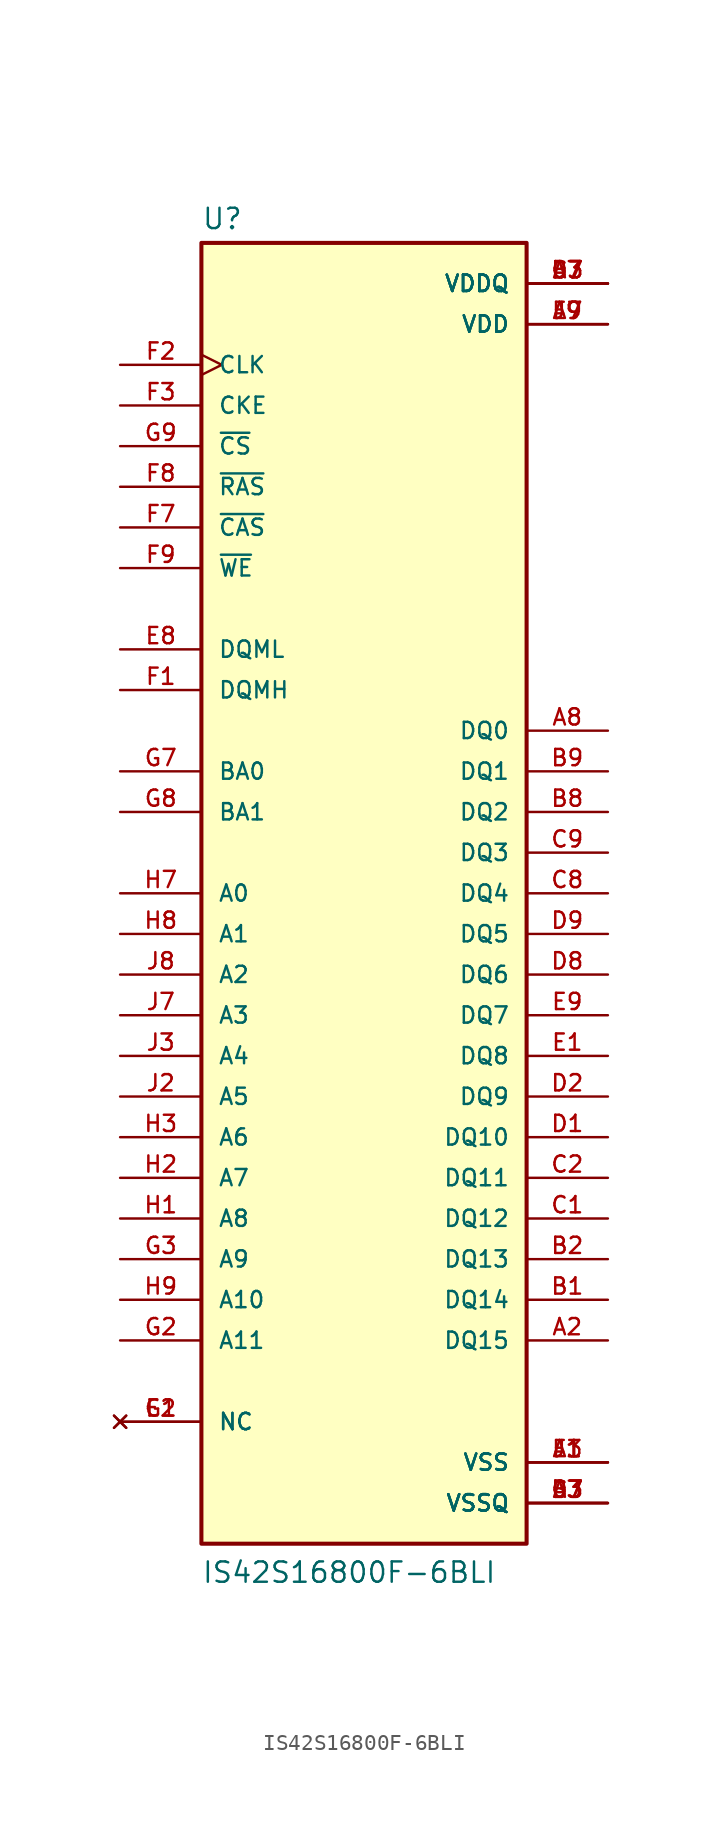
<source format=kicad_sym>
(kicad_symbol_lib
  (version 20211014)
  (generator kicad_symbol_editor)
  (symbol "IS42S16800F-6BLI"
    (pin_names
      (offset 1.016))
    (property "Reference" "U"
      (at -10.16 41.402 0)
      (effects (font (size 1.27 1.27)) (justify bottom left)))
    (property "Value" "IS42S16800F-6BLI"
      (at -10.16 -43.18 0)
      (effects (font (size 1.27 1.27)) (justify bottom left)))
    (symbol "IS42S16800F-6BLI_0_0"
      (rectangle (start -10.16 -40.64) (end 10.16 40.64) (stroke (width 0.254)) (fill (type background)))
      (pin input line (at -15.24 0.0 0) (length 5.08) (name "A0" (effects (font (size 1.016 1.016)))) (number "H7" (effects (font (size 1.016 1.016)))))
      (pin input line (at -15.24 -2.54 0) (length 5.08) (name "A1" (effects (font (size 1.016 1.016)))) (number "H8" (effects (font (size 1.016 1.016)))))
      (pin input line (at -15.24 -5.08 0) (length 5.08) (name "A2" (effects (font (size 1.016 1.016)))) (number "J8" (effects (font (size 1.016 1.016)))))
      (pin input line (at -15.24 -7.62 0) (length 5.08) (name "A3" (effects (font (size 1.016 1.016)))) (number "J7" (effects (font (size 1.016 1.016)))))
      (pin input line (at -15.24 -10.16 0) (length 5.08) (name "A4" (effects (font (size 1.016 1.016)))) (number "J3" (effects (font (size 1.016 1.016)))))
      (pin input line (at -15.24 -12.7 0) (length 5.08) (name "A5" (effects (font (size 1.016 1.016)))) (number "J2" (effects (font (size 1.016 1.016)))))
      (pin input line (at -15.24 -15.24 0) (length 5.08) (name "A6" (effects (font (size 1.016 1.016)))) (number "H3" (effects (font (size 1.016 1.016)))))
      (pin input line (at -15.24 -17.78 0) (length 5.08) (name "A7" (effects (font (size 1.016 1.016)))) (number "H2" (effects (font (size 1.016 1.016)))))
      (pin input line (at -15.24 -20.32 0) (length 5.08) (name "A8" (effects (font (size 1.016 1.016)))) (number "H1" (effects (font (size 1.016 1.016)))))
      (pin input line (at -15.24 -22.86 0) (length 5.08) (name "A9" (effects (font (size 1.016 1.016)))) (number "G3" (effects (font (size 1.016 1.016)))))
      (pin input line (at -15.24 -25.4 0) (length 5.08) (name "A10" (effects (font (size 1.016 1.016)))) (number "H9" (effects (font (size 1.016 1.016)))))
      (pin input line (at -15.24 -27.94 0) (length 5.08) (name "A11" (effects (font (size 1.016 1.016)))) (number "G2" (effects (font (size 1.016 1.016)))))
      (pin input line (at -15.24 7.62 0) (length 5.08) (name "BA0" (effects (font (size 1.016 1.016)))) (number "G7" (effects (font (size 1.016 1.016)))))
      (pin input line (at -15.24 5.08 0) (length 5.08) (name "BA1" (effects (font (size 1.016 1.016)))) (number "G8" (effects (font (size 1.016 1.016)))))
      (pin input line (at -15.24 22.86 0) (length 5.08) (name "~{CAS}" (effects (font (size 1.016 1.016)))) (number "F7" (effects (font (size 1.016 1.016)))))
      (pin input line (at -15.24 30.48 0) (length 5.08) (name "CKE" (effects (font (size 1.016 1.016)))) (number "F3" (effects (font (size 1.016 1.016)))))
      (pin input clock (at -15.24 33.02 0) (length 5.08) (name "CLK" (effects (font (size 1.016 1.016)))) (number "F2" (effects (font (size 1.016 1.016)))))
      (pin input line (at -15.24 27.94 0) (length 5.08) (name "~{CS}" (effects (font (size 1.016 1.016)))) (number "G9" (effects (font (size 1.016 1.016)))))
      (pin bidirectional line (at 15.24 10.16 180.0) (length 5.08) (name "DQ0" (effects (font (size 1.016 1.016)))) (number "A8" (effects (font (size 1.016 1.016)))))
      (pin bidirectional line (at 15.24 7.62 180.0) (length 5.08) (name "DQ1" (effects (font (size 1.016 1.016)))) (number "B9" (effects (font (size 1.016 1.016)))))
      (pin bidirectional line (at 15.24 5.08 180.0) (length 5.08) (name "DQ2" (effects (font (size 1.016 1.016)))) (number "B8" (effects (font (size 1.016 1.016)))))
      (pin bidirectional line (at 15.24 2.54 180.0) (length 5.08) (name "DQ3" (effects (font (size 1.016 1.016)))) (number "C9" (effects (font (size 1.016 1.016)))))
      (pin bidirectional line (at 15.24 0.0 180.0) (length 5.08) (name "DQ4" (effects (font (size 1.016 1.016)))) (number "C8" (effects (font (size 1.016 1.016)))))
      (pin bidirectional line (at 15.24 -2.54 180.0) (length 5.08) (name "DQ5" (effects (font (size 1.016 1.016)))) (number "D9" (effects (font (size 1.016 1.016)))))
      (pin bidirectional line (at 15.24 -5.08 180.0) (length 5.08) (name "DQ6" (effects (font (size 1.016 1.016)))) (number "D8" (effects (font (size 1.016 1.016)))))
      (pin bidirectional line (at 15.24 -7.62 180.0) (length 5.08) (name "DQ7" (effects (font (size 1.016 1.016)))) (number "E9" (effects (font (size 1.016 1.016)))))
      (pin bidirectional line (at 15.24 -10.16 180.0) (length 5.08) (name "DQ8" (effects (font (size 1.016 1.016)))) (number "E1" (effects (font (size 1.016 1.016)))))
      (pin bidirectional line (at 15.24 -12.7 180.0) (length 5.08) (name "DQ9" (effects (font (size 1.016 1.016)))) (number "D2" (effects (font (size 1.016 1.016)))))
      (pin bidirectional line (at 15.24 -15.24 180.0) (length 5.08) (name "DQ10" (effects (font (size 1.016 1.016)))) (number "D1" (effects (font (size 1.016 1.016)))))
      (pin bidirectional line (at 15.24 -17.78 180.0) (length 5.08) (name "DQ11" (effects (font (size 1.016 1.016)))) (number "C2" (effects (font (size 1.016 1.016)))))
      (pin bidirectional line (at 15.24 -20.32 180.0) (length 5.08) (name "DQ12" (effects (font (size 1.016 1.016)))) (number "C1" (effects (font (size 1.016 1.016)))))
      (pin bidirectional line (at 15.24 -22.86 180.0) (length 5.08) (name "DQ13" (effects (font (size 1.016 1.016)))) (number "B2" (effects (font (size 1.016 1.016)))))
      (pin bidirectional line (at 15.24 -25.4 180.0) (length 5.08) (name "DQ14" (effects (font (size 1.016 1.016)))) (number "B1" (effects (font (size 1.016 1.016)))))
      (pin bidirectional line (at 15.24 -27.94 180.0) (length 5.08) (name "DQ15" (effects (font (size 1.016 1.016)))) (number "A2" (effects (font (size 1.016 1.016)))))
      (pin input line (at -15.24 15.24 0) (length 5.08) (name "DQML" (effects (font (size 1.016 1.016)))) (number "E8" (effects (font (size 1.016 1.016)))))
      (pin input line (at -15.24 12.7 0) (length 5.08) (name "DQMH" (effects (font (size 1.016 1.016)))) (number "F1" (effects (font (size 1.016 1.016)))))
      (pin input line (at -15.24 25.4 0) (length 5.08) (name "~{RAS}" (effects (font (size 1.016 1.016)))) (number "F8" (effects (font (size 1.016 1.016)))))
      (pin input line (at -15.24 20.32 0) (length 5.08) (name "~{WE}" (effects (font (size 1.016 1.016)))) (number "F9" (effects (font (size 1.016 1.016)))))
      (pin power_in line (at 15.24 38.1 180.0) (length 5.08) (name "VDDQ" (effects (font (size 1.016 1.016)))) (number "A7" (effects (font (size 1.016 1.016)))))
      (pin power_in line (at 15.24 38.1 180.0) (length 5.08) (name "VDDQ" (effects (font (size 1.016 1.016)))) (number "B3" (effects (font (size 1.016 1.016)))))
      (pin power_in line (at 15.24 38.1 180.0) (length 5.08) (name "VDDQ" (effects (font (size 1.016 1.016)))) (number "C7" (effects (font (size 1.016 1.016)))))
      (pin power_in line (at 15.24 38.1 180.0) (length 5.08) (name "VDDQ" (effects (font (size 1.016 1.016)))) (number "D3" (effects (font (size 1.016 1.016)))))
      (pin power_in line (at 15.24 35.56 180.0) (length 5.08) (name "VDD" (effects (font (size 1.016 1.016)))) (number "A9" (effects (font (size 1.016 1.016)))))
      (pin power_in line (at 15.24 35.56 180.0) (length 5.08) (name "VDD" (effects (font (size 1.016 1.016)))) (number "E7" (effects (font (size 1.016 1.016)))))
      (pin power_in line (at 15.24 35.56 180.0) (length 5.08) (name "VDD" (effects (font (size 1.016 1.016)))) (number "J9" (effects (font (size 1.016 1.016)))))
      (pin power_in line (at 15.24 -38.1 180.0) (length 5.08) (name "VSSQ" (effects (font (size 1.016 1.016)))) (number "A3" (effects (font (size 1.016 1.016)))))
      (pin power_in line (at 15.24 -38.1 180.0) (length 5.08) (name "VSSQ" (effects (font (size 1.016 1.016)))) (number "B7" (effects (font (size 1.016 1.016)))))
      (pin power_in line (at 15.24 -38.1 180.0) (length 5.08) (name "VSSQ" (effects (font (size 1.016 1.016)))) (number "C3" (effects (font (size 1.016 1.016)))))
      (pin power_in line (at 15.24 -38.1 180.0) (length 5.08) (name "VSSQ" (effects (font (size 1.016 1.016)))) (number "D7" (effects (font (size 1.016 1.016)))))
      (pin power_in line (at 15.24 -35.56 180.0) (length 5.08) (name "VSS" (effects (font (size 1.016 1.016)))) (number "A1" (effects (font (size 1.016 1.016)))))
      (pin power_in line (at 15.24 -35.56 180.0) (length 5.08) (name "VSS" (effects (font (size 1.016 1.016)))) (number "E3" (effects (font (size 1.016 1.016)))))
      (pin power_in line (at 15.24 -35.56 180.0) (length 5.08) (name "VSS" (effects (font (size 1.016 1.016)))) (number "J1" (effects (font (size 1.016 1.016)))))
      (pin no_connect line (at -15.24 -33.02 0) (length 5.08) (name "NC" (effects (font (size 1.016 1.016)))) (number "E2" (effects (font (size 1.016 1.016)))))
      (pin no_connect line (at -15.24 -33.02 0) (length 5.08) (name "NC" (effects (font (size 1.016 1.016)))) (number "G1" (effects (font (size 1.016 1.016))))))))
</source>
